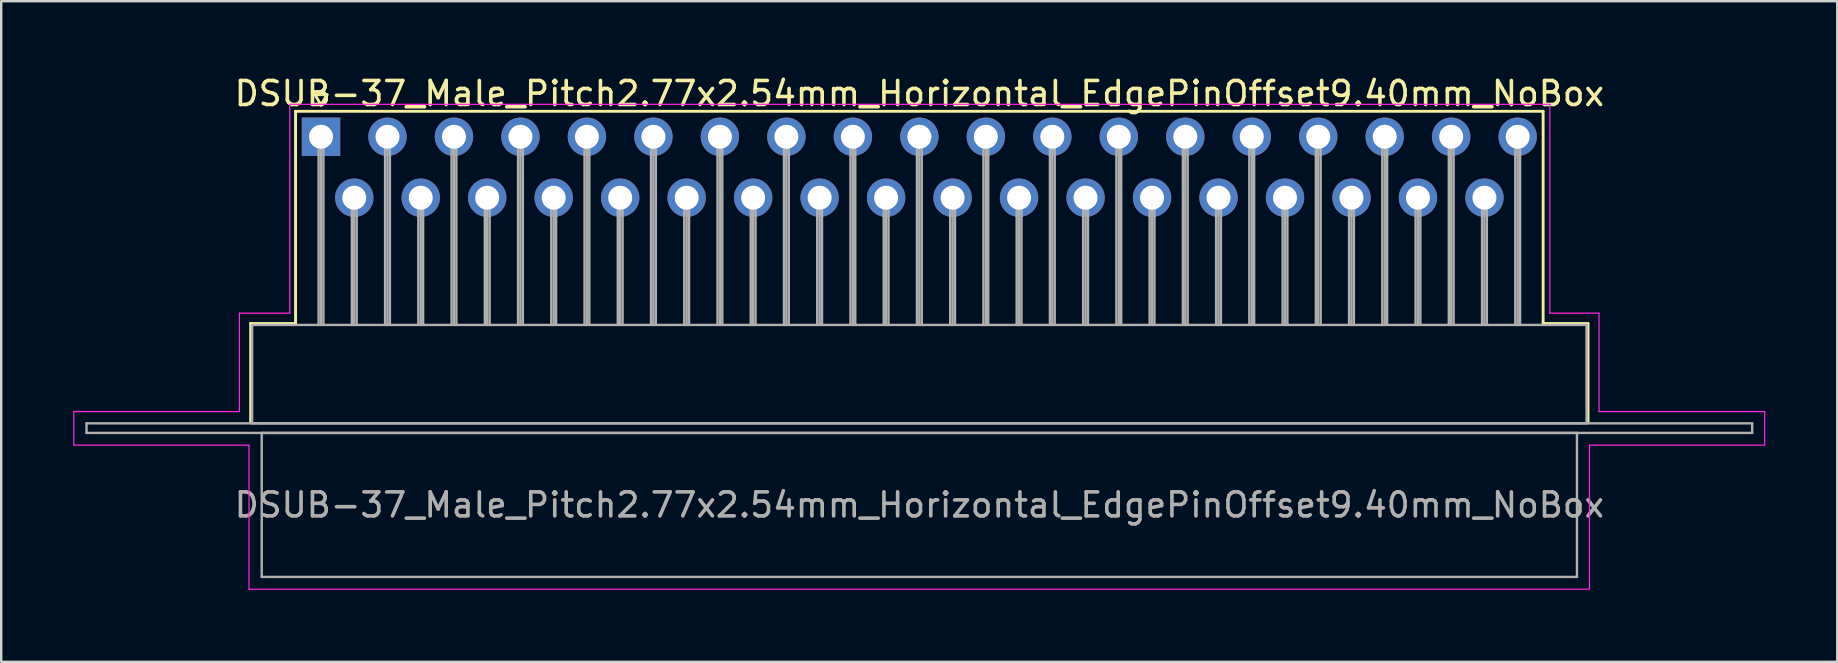
<source format=kicad_pcb>
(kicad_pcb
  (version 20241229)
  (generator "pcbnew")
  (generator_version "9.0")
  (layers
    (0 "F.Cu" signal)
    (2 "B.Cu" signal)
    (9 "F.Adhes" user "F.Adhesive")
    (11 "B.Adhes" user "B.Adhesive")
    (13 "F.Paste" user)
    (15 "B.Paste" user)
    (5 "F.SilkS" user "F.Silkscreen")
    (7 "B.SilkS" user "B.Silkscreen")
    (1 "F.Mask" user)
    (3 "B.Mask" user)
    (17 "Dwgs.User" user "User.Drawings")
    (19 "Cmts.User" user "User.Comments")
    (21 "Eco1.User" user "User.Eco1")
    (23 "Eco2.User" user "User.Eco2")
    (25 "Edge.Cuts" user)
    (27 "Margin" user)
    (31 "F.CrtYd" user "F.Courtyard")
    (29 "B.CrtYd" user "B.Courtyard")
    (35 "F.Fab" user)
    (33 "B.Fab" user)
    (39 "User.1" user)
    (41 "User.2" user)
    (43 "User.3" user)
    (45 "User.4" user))
  (footprint "DSUB-37_Male_Pitch2.77x2.54mm_Horizontal_EdgePinOffset9.40mm_NoBox"
    (layer "F.Cu")
    (at 10.325 2.648)
    (property "Reference" "DSUB-37_Male_Pitch2.77x2.54mm_Horizontal_EdgePinOffset9.40mm_NoBox" (at 24.93 -1.8 0) (layer "F.SilkS") (effects (font (size 1 1) (thickness 0.15))))
    (attr through_hole)
    (fp_line (start -2.93 7.78) (end -1.06 7.78) (stroke (width 0.12) (type solid)) (layer "F.SilkS"))
    (fp_line (start -2.93 11.88) (end -2.93 7.78) (stroke (width 0.12) (type solid)) (layer "F.SilkS"))
    (fp_line (start -1.06 -1.06) (end 50.92 -1.06) (stroke (width 0.12) (type solid)) (layer "F.SilkS"))
    (fp_line (start -1.06 7.78) (end -1.06 -1.06) (stroke (width 0.12) (type solid)) (layer "F.SilkS"))
    (fp_line (start -0.25 -1.754) (end 0.25 -1.754) (stroke (width 0.12) (type solid)) (layer "F.SilkS"))
    (fp_line (start 0 -1.321) (end -0.25 -1.754) (stroke (width 0.12) (type solid)) (layer "F.SilkS"))
    (fp_line (start 0.25 -1.754) (end 0 -1.321) (stroke (width 0.12) (type solid)) (layer "F.SilkS"))
    (fp_line (start 50.92 -1.06) (end 50.92 7.78) (stroke (width 0.12) (type solid)) (layer "F.SilkS"))
    (fp_line (start 50.92 7.78) (end 52.79 7.78) (stroke (width 0.12) (type solid)) (layer "F.SilkS"))
    (fp_line (start 52.79 7.78) (end 52.79 11.88) (stroke (width 0.12) (type solid)) (layer "F.SilkS"))
    (fp_line (start -10.3 11.45) (end -3.4 11.45) (stroke (width 0.05) (type solid)) (layer "F.CrtYd"))
    (fp_line (start -10.3 12.85) (end -10.3 11.45) (stroke (width 0.05) (type solid)) (layer "F.CrtYd"))
    (fp_line (start -3.4 7.35) (end -1.3 7.35) (stroke (width 0.05) (type solid)) (layer "F.CrtYd"))
    (fp_line (start -3.4 11.45) (end -3.4 7.35) (stroke (width 0.05) (type solid)) (layer "F.CrtYd"))
    (fp_line (start -3 12.85) (end -10.3 12.85) (stroke (width 0.05) (type solid)) (layer "F.CrtYd"))
    (fp_line (start -3 18.85) (end -3 12.85) (stroke (width 0.05) (type solid)) (layer "F.CrtYd"))
    (fp_line (start -1.3 -1.35) (end 51.2 -1.35) (stroke (width 0.05) (type solid)) (layer "F.CrtYd"))
    (fp_line (start -1.3 7.35) (end -1.3 -1.35) (stroke (width 0.05) (type solid)) (layer "F.CrtYd"))
    (fp_line (start 51.2 -1.35) (end 51.2 7.35) (stroke (width 0.05) (type solid)) (layer "F.CrtYd"))
    (fp_line (start 51.2 7.35) (end 53.25 7.35) (stroke (width 0.05) (type solid)) (layer "F.CrtYd"))
    (fp_line (start 52.85 12.85) (end 52.85 18.85) (stroke (width 0.05) (type solid)) (layer "F.CrtYd"))
    (fp_line (start 52.85 18.85) (end -3 18.85) (stroke (width 0.05) (type solid)) (layer "F.CrtYd"))
    (fp_line (start 53.25 7.35) (end 53.25 11.45) (stroke (width 0.05) (type solid)) (layer "F.CrtYd"))
    (fp_line (start 53.25 11.45) (end 60.15 11.45) (stroke (width 0.05) (type solid)) (layer "F.CrtYd"))
    (fp_line (start 60.15 11.45) (end 60.15 12.85) (stroke (width 0.05) (type solid)) (layer "F.CrtYd"))
    (fp_line (start 60.15 12.85) (end 52.85 12.85) (stroke (width 0.05) (type solid)) (layer "F.CrtYd"))
    (fp_line (start -9.77 11.94) (end -9.77 12.34) (stroke (width 0.1) (type solid)) (layer "F.Fab"))
    (fp_line (start -9.77 12.34) (end 59.63 12.34) (stroke (width 0.1) (type solid)) (layer "F.Fab"))
    (fp_line (start -2.87 7.84) (end -2.87 11.94) (stroke (width 0.1) (type solid)) (layer "F.Fab"))
    (fp_line (start -2.87 11.94) (end 52.73 11.94) (stroke (width 0.1) (type solid)) (layer "F.Fab"))
    (fp_line (start -2.47 12.34) (end -2.47 18.34) (stroke (width 0.1) (type solid)) (layer "F.Fab"))
    (fp_line (start -2.47 18.34) (end 52.33 18.34) (stroke (width 0.1) (type solid)) (layer "F.Fab"))
    (fp_line (start -0.1 0) (end -0.1 7.84) (stroke (width 0.1) (type solid)) (layer "F.Fab"))
    (fp_line (start 0 0) (end 0 7.84) (stroke (width 0.1) (type solid)) (layer "F.Fab"))
    (fp_line (start 0.1 0) (end 0.1 7.84) (stroke (width 0.1) (type solid)) (layer "F.Fab"))
    (fp_line (start 1.285 2.54) (end 1.285 7.84) (stroke (width 0.1) (type solid)) (layer "F.Fab"))
    (fp_line (start 1.385 2.54) (end 1.385 7.84) (stroke (width 0.1) (type solid)) (layer "F.Fab"))
    (fp_line (start 1.485 2.54) (end 1.485 7.84) (stroke (width 0.1) (type solid)) (layer "F.Fab"))
    (fp_line (start 2.67 0) (end 2.67 7.84) (stroke (width 0.1) (type solid)) (layer "F.Fab"))
    (fp_line (start 2.77 0) (end 2.77 7.84) (stroke (width 0.1) (type solid)) (layer "F.Fab"))
    (fp_line (start 2.87 0) (end 2.87 7.84) (stroke (width 0.1) (type solid)) (layer "F.Fab"))
    (fp_line (start 4.055 2.54) (end 4.055 7.84) (stroke (width 0.1) (type solid)) (layer "F.Fab"))
    (fp_line (start 4.155 2.54) (end 4.155 7.84) (stroke (width 0.1) (type solid)) (layer "F.Fab"))
    (fp_line (start 4.255 2.54) (end 4.255 7.84) (stroke (width 0.1) (type solid)) (layer "F.Fab"))
    (fp_line (start 5.44 0) (end 5.44 7.84) (stroke (width 0.1) (type solid)) (layer "F.Fab"))
    (fp_line (start 5.54 0) (end 5.54 7.84) (stroke (width 0.1) (type solid)) (layer "F.Fab"))
    (fp_line (start 5.64 0) (end 5.64 7.84) (stroke (width 0.1) (type solid)) (layer "F.Fab"))
    (fp_line (start 6.825 2.54) (end 6.825 7.84) (stroke (width 0.1) (type solid)) (layer "F.Fab"))
    (fp_line (start 6.925 2.54) (end 6.925 7.84) (stroke (width 0.1) (type solid)) (layer "F.Fab"))
    (fp_line (start 7.025 2.54) (end 7.025 7.84) (stroke (width 0.1) (type solid)) (layer "F.Fab"))
    (fp_line (start 8.21 0) (end 8.21 7.84) (stroke (width 0.1) (type solid)) (layer "F.Fab"))
    (fp_line (start 8.31 0) (end 8.31 7.84) (stroke (width 0.1) (type solid)) (layer "F.Fab"))
    (fp_line (start 8.41 0) (end 8.41 7.84) (stroke (width 0.1) (type solid)) (layer "F.Fab"))
    (fp_line (start 9.595 2.54) (end 9.595 7.84) (stroke (width 0.1) (type solid)) (layer "F.Fab"))
    (fp_line (start 9.695 2.54) (end 9.695 7.84) (stroke (width 0.1) (type solid)) (layer "F.Fab"))
    (fp_line (start 9.795 2.54) (end 9.795 7.84) (stroke (width 0.1) (type solid)) (layer "F.Fab"))
    (fp_line (start 10.98 0) (end 10.98 7.84) (stroke (width 0.1) (type solid)) (layer "F.Fab"))
    (fp_line (start 11.08 0) (end 11.08 7.84) (stroke (width 0.1) (type solid)) (layer "F.Fab"))
    (fp_line (start 11.18 0) (end 11.18 7.84) (stroke (width 0.1) (type solid)) (layer "F.Fab"))
    (fp_line (start 12.365 2.54) (end 12.365 7.84) (stroke (width 0.1) (type solid)) (layer "F.Fab"))
    (fp_line (start 12.465 2.54) (end 12.465 7.84) (stroke (width 0.1) (type solid)) (layer "F.Fab"))
    (fp_line (start 12.565 2.54) (end 12.565 7.84) (stroke (width 0.1) (type solid)) (layer "F.Fab"))
    (fp_line (start 13.75 0) (end 13.75 7.84) (stroke (width 0.1) (type solid)) (layer "F.Fab"))
    (fp_line (start 13.85 0) (end 13.85 7.84) (stroke (width 0.1) (type solid)) (layer "F.Fab"))
    (fp_line (start 13.95 0) (end 13.95 7.84) (stroke (width 0.1) (type solid)) (layer "F.Fab"))
    (fp_line (start 15.135 2.54) (end 15.135 7.84) (stroke (width 0.1) (type solid)) (layer "F.Fab"))
    (fp_line (start 15.235 2.54) (end 15.235 7.84) (stroke (width 0.1) (type solid)) (layer "F.Fab"))
    (fp_line (start 15.335 2.54) (end 15.335 7.84) (stroke (width 0.1) (type solid)) (layer "F.Fab"))
    (fp_line (start 16.52 0) (end 16.52 7.84) (stroke (width 0.1) (type solid)) (layer "F.Fab"))
    (fp_line (start 16.62 0) (end 16.62 7.84) (stroke (width 0.1) (type solid)) (layer "F.Fab"))
    (fp_line (start 16.72 0) (end 16.72 7.84) (stroke (width 0.1) (type solid)) (layer "F.Fab"))
    (fp_line (start 17.905 2.54) (end 17.905 7.84) (stroke (width 0.1) (type solid)) (layer "F.Fab"))
    (fp_line (start 18.005 2.54) (end 18.005 7.84) (stroke (width 0.1) (type solid)) (layer "F.Fab"))
    (fp_line (start 18.105 2.54) (end 18.105 7.84) (stroke (width 0.1) (type solid)) (layer "F.Fab"))
    (fp_line (start 19.29 0) (end 19.29 7.84) (stroke (width 0.1) (type solid)) (layer "F.Fab"))
    (fp_line (start 19.39 0) (end 19.39 7.84) (stroke (width 0.1) (type solid)) (layer "F.Fab"))
    (fp_line (start 19.49 0) (end 19.49 7.84) (stroke (width 0.1) (type solid)) (layer "F.Fab"))
    (fp_line (start 20.675 2.54) (end 20.675 7.84) (stroke (width 0.1) (type solid)) (layer "F.Fab"))
    (fp_line (start 20.775 2.54) (end 20.775 7.84) (stroke (width 0.1) (type solid)) (layer "F.Fab"))
    (fp_line (start 20.875 2.54) (end 20.875 7.84) (stroke (width 0.1) (type solid)) (layer "F.Fab"))
    (fp_line (start 22.06 0) (end 22.06 7.84) (stroke (width 0.1) (type solid)) (layer "F.Fab"))
    (fp_line (start 22.16 0) (end 22.16 7.84) (stroke (width 0.1) (type solid)) (layer "F.Fab"))
    (fp_line (start 22.26 0) (end 22.26 7.84) (stroke (width 0.1) (type solid)) (layer "F.Fab"))
    (fp_line (start 23.445 2.54) (end 23.445 7.84) (stroke (width 0.1) (type solid)) (layer "F.Fab"))
    (fp_line (start 23.545 2.54) (end 23.545 7.84) (stroke (width 0.1) (type solid)) (layer "F.Fab"))
    (fp_line (start 23.645 2.54) (end 23.645 7.84) (stroke (width 0.1) (type solid)) (layer "F.Fab"))
    (fp_line (start 24.83 0) (end 24.83 7.84) (stroke (width 0.1) (type solid)) (layer "F.Fab"))
    (fp_line (start 24.93 0) (end 24.93 7.84) (stroke (width 0.1) (type solid)) (layer "F.Fab"))
    (fp_line (start 25.03 0) (end 25.03 7.84) (stroke (width 0.1) (type solid)) (layer "F.Fab"))
    (fp_line (start 26.215 2.54) (end 26.215 7.84) (stroke (width 0.1) (type solid)) (layer "F.Fab"))
    (fp_line (start 26.315 2.54) (end 26.315 7.84) (stroke (width 0.1) (type solid)) (layer "F.Fab"))
    (fp_line (start 26.415 2.54) (end 26.415 7.84) (stroke (width 0.1) (type solid)) (layer "F.Fab"))
    (fp_line (start 27.6 0) (end 27.6 7.84) (stroke (width 0.1) (type solid)) (layer "F.Fab"))
    (fp_line (start 27.7 0) (end 27.7 7.84) (stroke (width 0.1) (type solid)) (layer "F.Fab"))
    (fp_line (start 27.8 0) (end 27.8 7.84) (stroke (width 0.1) (type solid)) (layer "F.Fab"))
    (fp_line (start 28.985 2.54) (end 28.985 7.84) (stroke (width 0.1) (type solid)) (layer "F.Fab"))
    (fp_line (start 29.085 2.54) (end 29.085 7.84) (stroke (width 0.1) (type solid)) (layer "F.Fab"))
    (fp_line (start 29.185 2.54) (end 29.185 7.84) (stroke (width 0.1) (type solid)) (layer "F.Fab"))
    (fp_line (start 30.37 0) (end 30.37 7.84) (stroke (width 0.1) (type solid)) (layer "F.Fab"))
    (fp_line (start 30.47 0) (end 30.47 7.84) (stroke (width 0.1) (type solid)) (layer "F.Fab"))
    (fp_line (start 30.57 0) (end 30.57 7.84) (stroke (width 0.1) (type solid)) (layer "F.Fab"))
    (fp_line (start 31.755 2.54) (end 31.755 7.84) (stroke (width 0.1) (type solid)) (layer "F.Fab"))
    (fp_line (start 31.855 2.54) (end 31.855 7.84) (stroke (width 0.1) (type solid)) (layer "F.Fab"))
    (fp_line (start 31.955 2.54) (end 31.955 7.84) (stroke (width 0.1) (type solid)) (layer "F.Fab"))
    (fp_line (start 33.14 0) (end 33.14 7.84) (stroke (width 0.1) (type solid)) (layer "F.Fab"))
    (fp_line (start 33.24 0) (end 33.24 7.84) (stroke (width 0.1) (type solid)) (layer "F.Fab"))
    (fp_line (start 33.34 0) (end 33.34 7.84) (stroke (width 0.1) (type solid)) (layer "F.Fab"))
    (fp_line (start 34.525 2.54) (end 34.525 7.84) (stroke (width 0.1) (type solid)) (layer "F.Fab"))
    (fp_line (start 34.625 2.54) (end 34.625 7.84) (stroke (width 0.1) (type solid)) (layer "F.Fab"))
    (fp_line (start 34.725 2.54) (end 34.725 7.84) (stroke (width 0.1) (type solid)) (layer "F.Fab"))
    (fp_line (start 35.91 0) (end 35.91 7.84) (stroke (width 0.1) (type solid)) (layer "F.Fab"))
    (fp_line (start 36.01 0) (end 36.01 7.84) (stroke (width 0.1) (type solid)) (layer "F.Fab"))
    (fp_line (start 36.11 0) (end 36.11 7.84) (stroke (width 0.1) (type solid)) (layer "F.Fab"))
    (fp_line (start 37.295 2.54) (end 37.295 7.84) (stroke (width 0.1) (type solid)) (layer "F.Fab"))
    (fp_line (start 37.395 2.54) (end 37.395 7.84) (stroke (width 0.1) (type solid)) (layer "F.Fab"))
    (fp_line (start 37.495 2.54) (end 37.495 7.84) (stroke (width 0.1) (type solid)) (layer "F.Fab"))
    (fp_line (start 38.68 0) (end 38.68 7.84) (stroke (width 0.1) (type solid)) (layer "F.Fab"))
    (fp_line (start 38.78 0) (end 38.78 7.84) (stroke (width 0.1) (type solid)) (layer "F.Fab"))
    (fp_line (start 38.88 0) (end 38.88 7.84) (stroke (width 0.1) (type solid)) (layer "F.Fab"))
    (fp_line (start 40.065 2.54) (end 40.065 7.84) (stroke (width 0.1) (type solid)) (layer "F.Fab"))
    (fp_line (start 40.165 2.54) (end 40.165 7.84) (stroke (width 0.1) (type solid)) (layer "F.Fab"))
    (fp_line (start 40.265 2.54) (end 40.265 7.84) (stroke (width 0.1) (type solid)) (layer "F.Fab"))
    (fp_line (start 41.45 0) (end 41.45 7.84) (stroke (width 0.1) (type solid)) (layer "F.Fab"))
    (fp_line (start 41.55 0) (end 41.55 7.84) (stroke (width 0.1) (type solid)) (layer "F.Fab"))
    (fp_line (start 41.65 0) (end 41.65 7.84) (stroke (width 0.1) (type solid)) (layer "F.Fab"))
    (fp_line (start 42.835 2.54) (end 42.835 7.84) (stroke (width 0.1) (type solid)) (layer "F.Fab"))
    (fp_line (start 42.935 2.54) (end 42.935 7.84) (stroke (width 0.1) (type solid)) (layer "F.Fab"))
    (fp_line (start 43.035 2.54) (end 43.035 7.84) (stroke (width 0.1) (type solid)) (layer "F.Fab"))
    (fp_line (start 44.22 0) (end 44.22 7.84) (stroke (width 0.1) (type solid)) (layer "F.Fab"))
    (fp_line (start 44.32 0) (end 44.32 7.84) (stroke (width 0.1) (type solid)) (layer "F.Fab"))
    (fp_line (start 44.42 0) (end 44.42 7.84) (stroke (width 0.1) (type solid)) (layer "F.Fab"))
    (fp_line (start 45.605 2.54) (end 45.605 7.84) (stroke (width 0.1) (type solid)) (layer "F.Fab"))
    (fp_line (start 45.705 2.54) (end 45.705 7.84) (stroke (width 0.1) (type solid)) (layer "F.Fab"))
    (fp_line (start 45.805 2.54) (end 45.805 7.84) (stroke (width 0.1) (type solid)) (layer "F.Fab"))
    (fp_line (start 46.99 0) (end 46.99 7.84) (stroke (width 0.1) (type solid)) (layer "F.Fab"))
    (fp_line (start 47.09 0) (end 47.09 7.84) (stroke (width 0.1) (type solid)) (layer "F.Fab"))
    (fp_line (start 47.19 0) (end 47.19 7.84) (stroke (width 0.1) (type solid)) (layer "F.Fab"))
    (fp_line (start 48.375 2.54) (end 48.375 7.84) (stroke (width 0.1) (type solid)) (layer "F.Fab"))
    (fp_line (start 48.475 2.54) (end 48.475 7.84) (stroke (width 0.1) (type solid)) (layer "F.Fab"))
    (fp_line (start 48.575 2.54) (end 48.575 7.84) (stroke (width 0.1) (type solid)) (layer "F.Fab"))
    (fp_line (start 49.76 0) (end 49.76 7.84) (stroke (width 0.1) (type solid)) (layer "F.Fab"))
    (fp_line (start 49.86 0) (end 49.86 7.84) (stroke (width 0.1) (type solid)) (layer "F.Fab"))
    (fp_line (start 49.96 0) (end 49.96 7.84) (stroke (width 0.1) (type solid)) (layer "F.Fab"))
    (fp_line (start 52.33 12.34) (end -2.47 12.34) (stroke (width 0.1) (type solid)) (layer "F.Fab"))
    (fp_line (start 52.33 18.34) (end 52.33 12.34) (stroke (width 0.1) (type solid)) (layer "F.Fab"))
    (fp_line (start 52.73 7.84) (end -2.87 7.84) (stroke (width 0.1) (type solid)) (layer "F.Fab"))
    (fp_line (start 52.73 11.94) (end 52.73 7.84) (stroke (width 0.1) (type solid)) (layer "F.Fab"))
    (fp_line (start 59.63 11.94) (end -9.77 11.94) (stroke (width 0.1) (type solid)) (layer "F.Fab"))
    (fp_line (start 59.63 12.34) (end 59.63 11.94) (stroke (width 0.1) (type solid)) (layer "F.Fab"))
    (fp_text user "${REFERENCE}" (at 24.93 15.34 0) (layer "F.Fab") (effects (font (size 1 1) (thickness 0.15))))
    (pad "1" thru_hole rect (at 0 0) (size 1.6 1.6) (drill 1) (layers "*.Cu" "*.Mask"))
    (pad "2" thru_hole circle (at 2.77 0) (size 1.6 1.6) (drill 1) (layers "*.Cu" "*.Mask"))
    (pad "3" thru_hole circle (at 5.54 0) (size 1.6 1.6) (drill 1) (layers "*.Cu" "*.Mask"))
    (pad "4" thru_hole circle (at 8.31 0) (size 1.6 1.6) (drill 1) (layers "*.Cu" "*.Mask"))
    (pad "5" thru_hole circle (at 11.08 0) (size 1.6 1.6) (drill 1) (layers "*.Cu" "*.Mask"))
    (pad "6" thru_hole circle (at 13.85 0) (size 1.6 1.6) (drill 1) (layers "*.Cu" "*.Mask"))
    (pad "7" thru_hole circle (at 16.62 0) (size 1.6 1.6) (drill 1) (layers "*.Cu" "*.Mask"))
    (pad "8" thru_hole circle (at 19.39 0) (size 1.6 1.6) (drill 1) (layers "*.Cu" "*.Mask"))
    (pad "9" thru_hole circle (at 22.16 0) (size 1.6 1.6) (drill 1) (layers "*.Cu" "*.Mask"))
    (pad "10" thru_hole circle (at 24.93 0) (size 1.6 1.6) (drill 1) (layers "*.Cu" "*.Mask"))
    (pad "11" thru_hole circle (at 27.7 0) (size 1.6 1.6) (drill 1) (layers "*.Cu" "*.Mask"))
    (pad "12" thru_hole circle (at 30.47 0) (size 1.6 1.6) (drill 1) (layers "*.Cu" "*.Mask"))
    (pad "13" thru_hole circle (at 33.24 0) (size 1.6 1.6) (drill 1) (layers "*.Cu" "*.Mask"))
    (pad "14" thru_hole circle (at 36.01 0) (size 1.6 1.6) (drill 1) (layers "*.Cu" "*.Mask"))
    (pad "15" thru_hole circle (at 38.78 0) (size 1.6 1.6) (drill 1) (layers "*.Cu" "*.Mask"))
    (pad "16" thru_hole circle (at 41.55 0) (size 1.6 1.6) (drill 1) (layers "*.Cu" "*.Mask"))
    (pad "17" thru_hole circle (at 44.32 0) (size 1.6 1.6) (drill 1) (layers "*.Cu" "*.Mask"))
    (pad "18" thru_hole circle (at 47.09 0) (size 1.6 1.6) (drill 1) (layers "*.Cu" "*.Mask"))
    (pad "19" thru_hole circle (at 49.86 0) (size 1.6 1.6) (drill 1) (layers "*.Cu" "*.Mask"))
    (pad "20" thru_hole circle (at 1.385 2.54) (size 1.6 1.6) (drill 1) (layers "*.Cu" "*.Mask"))
    (pad "21" thru_hole circle (at 4.155 2.54) (size 1.6 1.6) (drill 1) (layers "*.Cu" "*.Mask"))
    (pad "22" thru_hole circle (at 6.925 2.54) (size 1.6 1.6) (drill 1) (layers "*.Cu" "*.Mask"))
    (pad "23" thru_hole circle (at 9.695 2.54) (size 1.6 1.6) (drill 1) (layers "*.Cu" "*.Mask"))
    (pad "24" thru_hole circle (at 12.465 2.54) (size 1.6 1.6) (drill 1) (layers "*.Cu" "*.Mask"))
    (pad "25" thru_hole circle (at 15.235 2.54) (size 1.6 1.6) (drill 1) (layers "*.Cu" "*.Mask"))
    (pad "26" thru_hole circle (at 18.005 2.54) (size 1.6 1.6) (drill 1) (layers "*.Cu" "*.Mask"))
    (pad "27" thru_hole circle (at 20.775 2.54) (size 1.6 1.6) (drill 1) (layers "*.Cu" "*.Mask"))
    (pad "28" thru_hole circle (at 23.545 2.54) (size 1.6 1.6) (drill 1) (layers "*.Cu" "*.Mask"))
    (pad "29" thru_hole circle (at 26.315 2.54) (size 1.6 1.6) (drill 1) (layers "*.Cu" "*.Mask"))
    (pad "30" thru_hole circle (at 29.085 2.54) (size 1.6 1.6) (drill 1) (layers "*.Cu" "*.Mask"))
    (pad "31" thru_hole circle (at 31.855 2.54) (size 1.6 1.6) (drill 1) (layers "*.Cu" "*.Mask"))
    (pad "32" thru_hole circle (at 34.625 2.54) (size 1.6 1.6) (drill 1) (layers "*.Cu" "*.Mask"))
    (pad "33" thru_hole circle (at 37.395 2.54) (size 1.6 1.6) (drill 1) (layers "*.Cu" "*.Mask"))
    (pad "34" thru_hole circle (at 40.165 2.54) (size 1.6 1.6) (drill 1) (layers "*.Cu" "*.Mask"))
    (pad "35" thru_hole circle (at 42.935 2.54) (size 1.6 1.6) (drill 1) (layers "*.Cu" "*.Mask"))
    (pad "36" thru_hole circle (at 45.705 2.54) (size 1.6 1.6) (drill 1) (layers "*.Cu" "*.Mask"))
    (pad "37" thru_hole circle (at 48.475 2.54) (size 1.6 1.6) (drill 1) (layers "*.Cu" "*.Mask")))
  (gr_rect
    (start -3 -3)
    (end 73.5 24.523)
    (stroke (width 0.1) (type default))
    (fill no)
    (layer "Edge.Cuts")))
</source>
